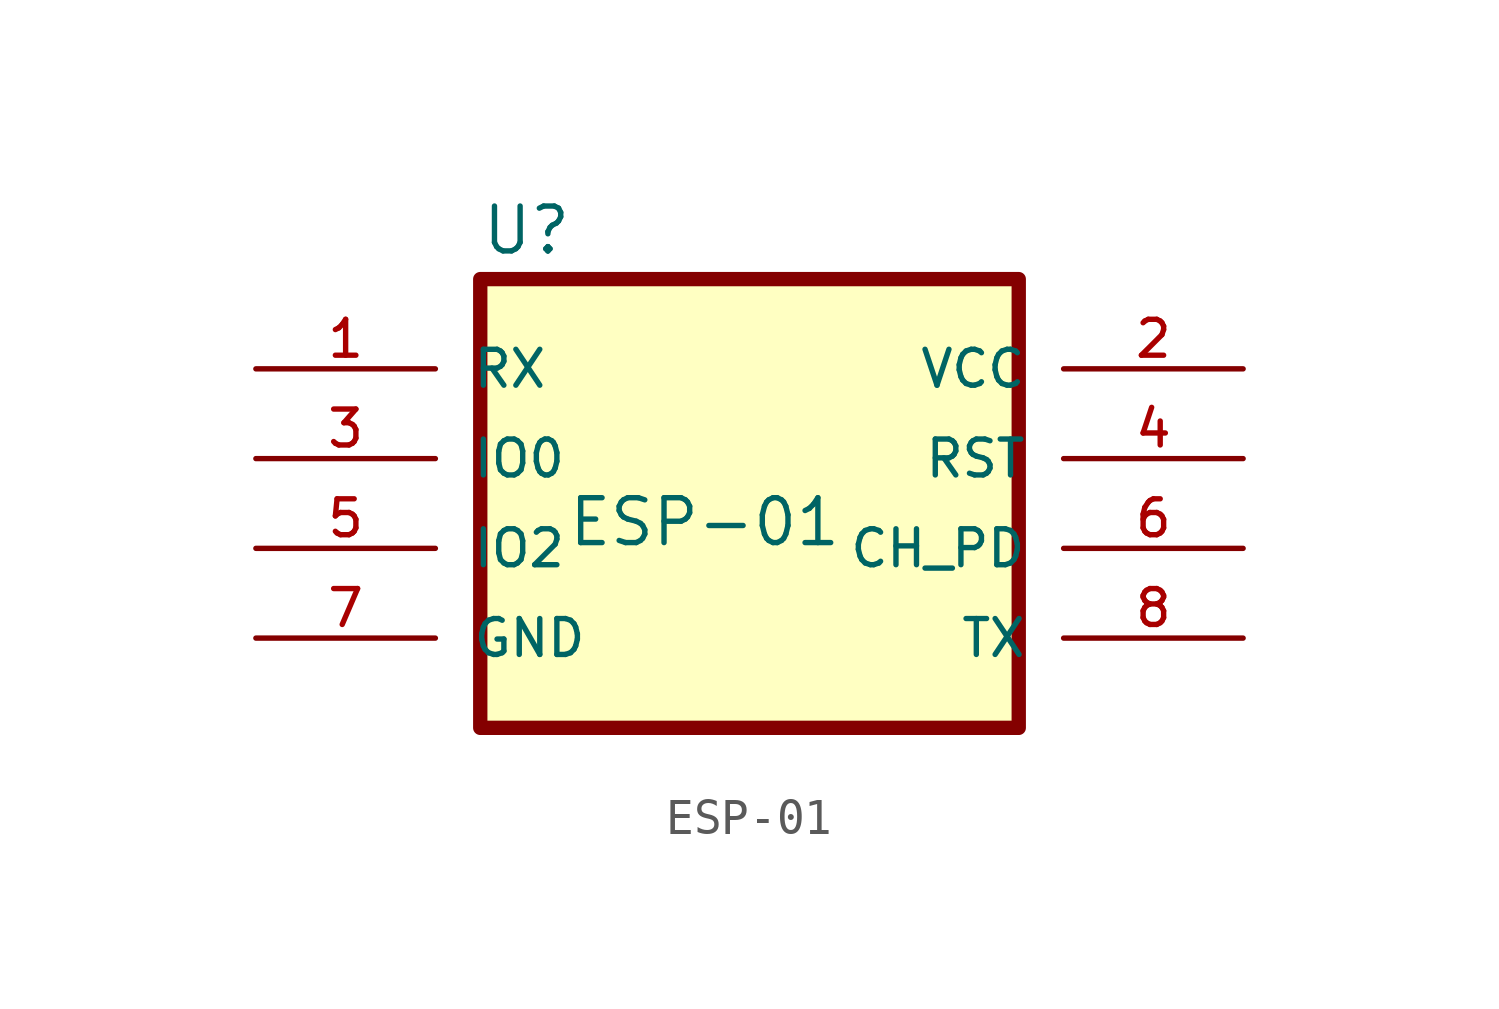
<source format=kicad_sym>
(kicad_symbol_lib
  (version 20211014)
  (generator kicad_symbol_editor)
  (symbol "ESP-01"
    (pin_names
      (offset 1.016))
    (property "Reference" "U"
      (at -6.35 8.255 0)
      (effects (font (size 1.27 1.27)) (justify bottom left)))
    (property "Value" "ESP-01"
      (at 0 0.0 0)
      (effects (font (size 1.27 1.27)) (justify bottom)))
    (symbol "ESP-01_0_0"
      (rectangle (start -6.35 -5.08) (end 8.89 7.62) (stroke (width 0.406)) (fill (type background)))
      (pin bidirectional line (at -12.7 5.08 0) (length 5.08) (name "RX" (effects (font (size 1.016 1.016)))) (number "1" (effects (font (size 1.016 1.016)))))
      (pin bidirectional line (at -12.7 2.54 0) (length 5.08) (name "IO0" (effects (font (size 1.016 1.016)))) (number "3" (effects (font (size 1.016 1.016)))))
      (pin bidirectional line (at -12.7 0.0 0) (length 5.08) (name "IO2" (effects (font (size 1.016 1.016)))) (number "5" (effects (font (size 1.016 1.016)))))
      (pin bidirectional line (at -12.7 -2.54 0) (length 5.08) (name "GND" (effects (font (size 1.016 1.016)))) (number "7" (effects (font (size 1.016 1.016)))))
      (pin bidirectional line (at 15.24 5.08 180.0) (length 5.08) (name "VCC" (effects (font (size 1.016 1.016)))) (number "2" (effects (font (size 1.016 1.016)))))
      (pin bidirectional line (at 15.24 2.54 180.0) (length 5.08) (name "RST" (effects (font (size 1.016 1.016)))) (number "4" (effects (font (size 1.016 1.016)))))
      (pin bidirectional line (at 15.24 0.0 180.0) (length 5.08) (name "CH_PD" (effects (font (size 1.016 1.016)))) (number "6" (effects (font (size 1.016 1.016)))))
      (pin bidirectional line (at 15.24 -2.54 180.0) (length 5.08) (name "TX" (effects (font (size 1.016 1.016)))) (number "8" (effects (font (size 1.016 1.016))))))))
</source>
